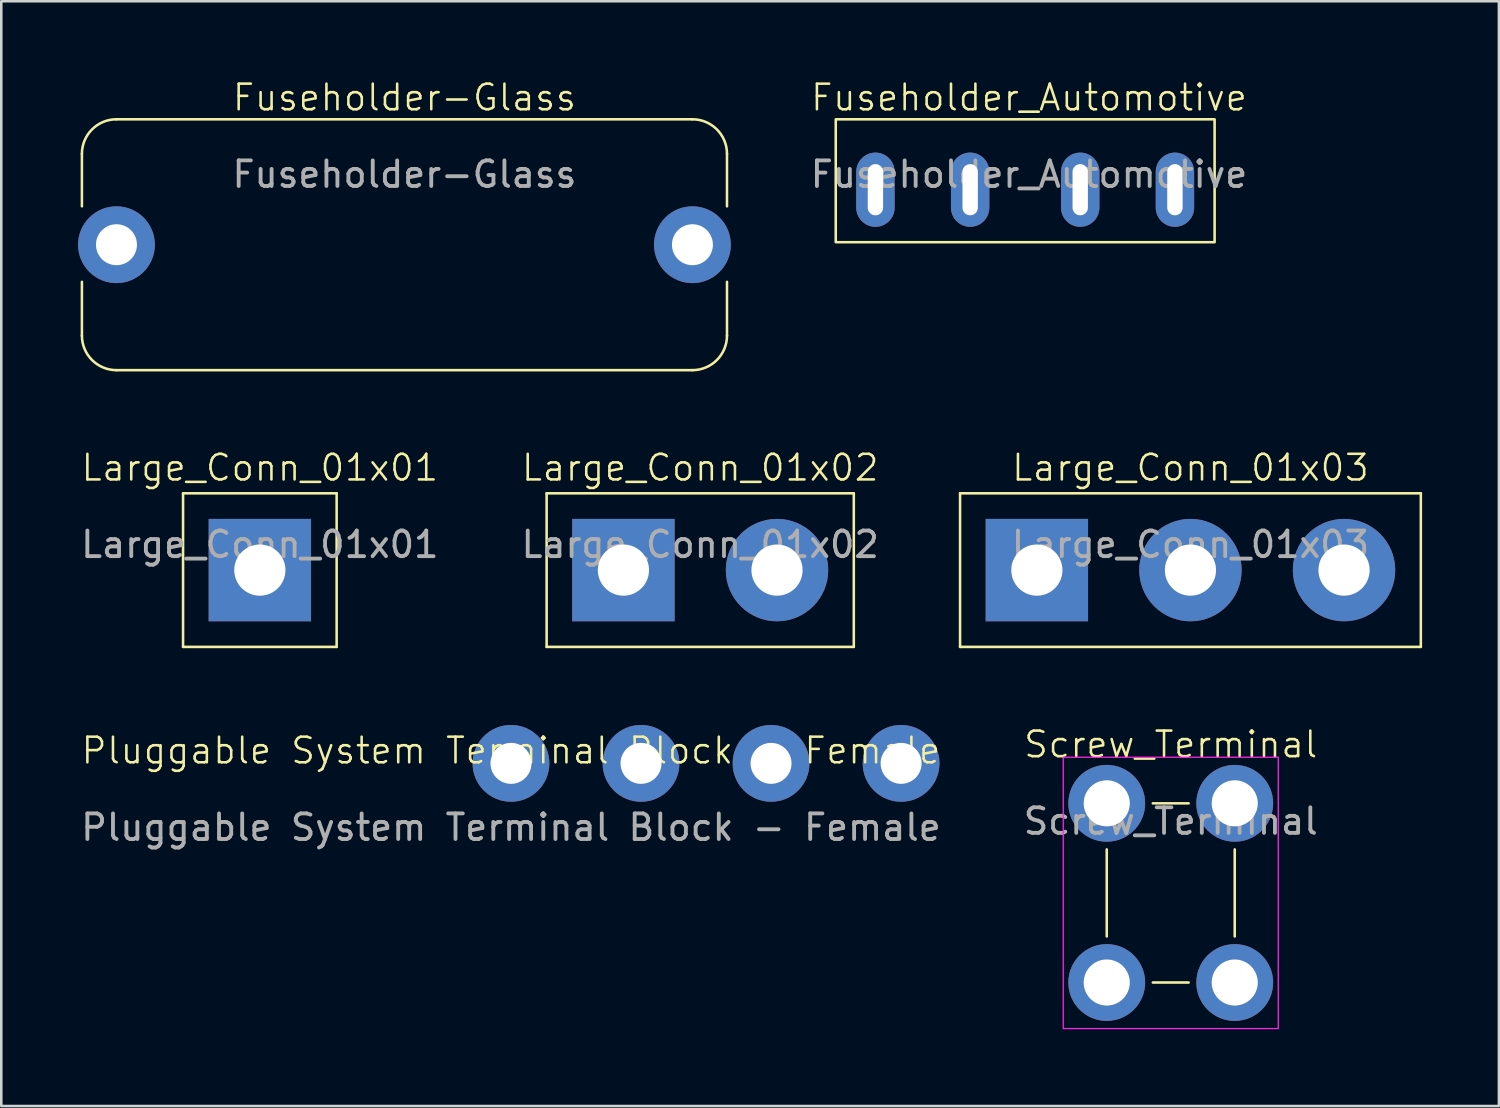
<source format=kicad_pcb>
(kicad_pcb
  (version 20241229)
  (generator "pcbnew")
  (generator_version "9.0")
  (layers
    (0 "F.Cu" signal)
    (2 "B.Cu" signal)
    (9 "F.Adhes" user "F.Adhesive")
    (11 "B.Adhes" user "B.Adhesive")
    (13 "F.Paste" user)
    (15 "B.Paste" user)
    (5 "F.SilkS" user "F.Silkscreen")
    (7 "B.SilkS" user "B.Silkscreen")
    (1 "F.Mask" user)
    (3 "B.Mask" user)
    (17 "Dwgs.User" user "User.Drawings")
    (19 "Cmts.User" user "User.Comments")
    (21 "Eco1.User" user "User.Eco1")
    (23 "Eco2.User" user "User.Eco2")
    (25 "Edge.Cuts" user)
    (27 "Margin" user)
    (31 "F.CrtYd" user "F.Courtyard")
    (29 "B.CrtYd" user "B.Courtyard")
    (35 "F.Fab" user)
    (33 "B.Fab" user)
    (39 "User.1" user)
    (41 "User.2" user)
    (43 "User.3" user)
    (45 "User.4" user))
  (footprint "Screw_Terminal"
    (layer "F.Cu")
    (at 42.685 31.732)
    (property "Reference" "Screw_Terminal" (at 0 -5.7 0) (unlocked yes) (layer "F.SilkS") (effects (font (size 1 1) (thickness 0.1))))
    (attr through_hole)
    (fp_line (start -2.5 -1.6) (end -2.5 1.8) (stroke (width 0.1) (type default)) (layer "F.SilkS"))
    (fp_line (start -0.7 -3.4) (end 0.7 -3.4) (stroke (width 0.1) (type default)) (layer "F.SilkS"))
    (fp_line (start -0.7 3.6) (end 0.7 3.6) (stroke (width 0.1) (type default)) (layer "F.SilkS"))
    (fp_line (start 2.5 -1.6) (end 2.5 1.8) (stroke (width 0.1) (type default)) (layer "F.SilkS"))
    (fp_rect (start -4.2 -5.2) (end 4.2 5.4) (stroke (width 0.05) (type default)) (fill no) (layer "F.CrtYd"))
    (fp_text user "${REFERENCE}" (at 0 -2.7 0) (unlocked yes) (layer "F.Fab") (effects (font (size 1 1) (thickness 0.15))))
    (pad "1" thru_hole circle (at -2.5 -3.4) (size 3 3) (drill 1.8) (layers "*.Cu" "*.Mask"))
    (pad "1" thru_hole circle (at -2.5 3.6) (size 3 3) (drill 1.8) (layers "*.Cu" "*.Mask"))
    (pad "1" thru_hole circle (at 2.5 -3.4) (size 3 3) (drill 1.8) (layers "*.Cu" "*.Mask"))
    (pad "1" thru_hole circle (at 2.5 3.6) (size 3 3) (drill 1.8) (layers "*.Cu" "*.Mask")))
  (footprint "Fuseholder-Glass"
    (layer "F.Cu")
    (at 12.75 1.26)
    (property "Reference" "Fuseholder-Glass" (at 0 -0.5 0) (unlocked yes) (layer "F.SilkS") (effects (font (size 1 1) (thickness 0.1))))
    (attr through_hole)
    (fp_line (start -12.6 1.7) (end -12.6 3.75) (stroke (width 0.1) (type default)) (layer "F.SilkS"))
    (fp_line (start -12.6 8.8) (end -12.6 6.7) (stroke (width 0.1) (type default)) (layer "F.SilkS"))
    (fp_line (start -11.25 0.35) (end 11.25 0.35) (stroke (width 0.1) (type default)) (layer "F.SilkS"))
    (fp_line (start -11.25 10.15) (end 11.25 10.15) (stroke (width 0.1) (type default)) (layer "F.SilkS"))
    (fp_line (start 12.6 1.7) (end 12.6 3.75) (stroke (width 0.1) (type default)) (layer "F.SilkS"))
    (fp_line (start 12.6 8.8) (end 12.6 6.7) (stroke (width 0.1) (type default)) (layer "F.SilkS"))
    (fp_arc (start -12.6 1.7) (mid -12.204594 0.745406) (end -11.25 0.35) (stroke (width 0.1) (type default)) (layer "F.SilkS"))
    (fp_arc (start -11.25 10.15) (mid -12.204594 9.754594) (end -12.6 8.8) (stroke (width 0.1) (type default)) (layer "F.SilkS"))
    (fp_arc (start 11.25 0.35) (mid 12.204594 0.745406) (end 12.6 1.7) (stroke (width 0.1) (type default)) (layer "F.SilkS"))
    (fp_arc (start 12.6 8.8) (mid 12.204594 9.754594) (end 11.25 10.15) (stroke (width 0.1) (type default)) (layer "F.SilkS"))
    (fp_text user "${REFERENCE}" (at 0 2.5 0) (unlocked yes) (layer "F.Fab") (effects (font (size 1 1) (thickness 0.15))))
    (pad "1" thru_hole circle (at -11.25 5.25) (size 3 3) (drill 1.6) (layers "*.Cu" "*.Mask"))
    (pad "2" thru_hole circle (at 11.25 5.25) (size 3 3) (drill 1.6) (layers "*.Cu" "*.Mask")))
  (footprint "Pluggable System Terminal Block - Female"
    (layer "F.Cu")
    (at 16.911 26.771)
    (property "Reference" "Pluggable System Terminal Block - Female" (at 0 -0.5 0) (unlocked yes) (layer "F.SilkS") (effects (font (size 1 1) (thickness 0.1))))
    (attr through_hole)
    (fp_text user "${REFERENCE}" (at 0 2.5 0) (unlocked yes) (layer "F.Fab") (effects (font (size 1 1) (thickness 0.15))))
    (pad "1" thru_hole circle (at 0 0) (size 3 3) (drill 1.6) (layers "*.Cu" "*.Mask"))
    (pad "1" thru_hole circle (at 5.08 0) (size 3 3) (drill 1.6) (layers "*.Cu" "*.Mask"))
    (pad "2" thru_hole circle (at 10.16 0) (size 3 3) (drill 1.6) (layers "*.Cu" "*.Mask"))
    (pad "2" thru_hole circle (at 15.24 0) (size 3 3) (drill 1.6) (layers "*.Cu" "*.Mask")))
  (footprint "Fuseholder_Automotive"
    (layer "F.Cu")
    (at 31.149 4.361)
    (property "Reference" "Fuseholder_Automotive" (at 6 -3.6 0) (unlocked yes) (layer "F.SilkS") (effects (font (size 1 1) (thickness 0.1))))
    (attr through_hole)
    (fp_rect (start -1.55 -2.75) (end 13.25 2.05) (stroke (width 0.1) (type default)) (fill no) (layer "F.SilkS"))
    (fp_text user "${REFERENCE}" (at 6 -0.6 0) (unlocked yes) (layer "F.Fab") (effects (font (size 1 1) (thickness 0.15))))
    (pad "1" thru_hole oval (at 0 0) (size 1.5 2.9) (drill oval 0.6 2) (layers "*.Cu" "*.Mask"))
    (pad "1" thru_hole oval (at 3.7 0) (size 1.5 2.9) (drill oval 0.6 2) (layers "*.Cu" "*.Mask"))
    (pad "2" thru_hole oval (at 8 0) (size 1.5 2.9) (drill oval 0.6 2) (layers "*.Cu" "*.Mask"))
    (pad "2" thru_hole oval (at 11.7 0) (size 1.5 2.9) (drill oval 0.6 2) (layers "*.Cu" "*.Mask")))
  (footprint "Large_Conn_01x02"
    (layer "F.Cu")
    (at 24.304 15.721)
    (property "Reference" "Large_Conn_01x02" (at 0 -0.5 0) (unlocked yes) (layer "F.SilkS") (effects (font (size 1 1) (thickness 0.1))))
    (attr through_hole)
    (fp_line (start -6 0.5) (end -6 6.5) (stroke (width 0.1) (type default)) (layer "F.SilkS"))
    (fp_line (start -6 6.5) (end 6 6.5) (stroke (width 0.1) (type default)) (layer "F.SilkS"))
    (fp_line (start 6 0.5) (end -6 0.5) (stroke (width 0.1) (type default)) (layer "F.SilkS"))
    (fp_line (start 6 6.5) (end 6 0.5) (stroke (width 0.1) (type default)) (layer "F.SilkS"))
    (fp_text user "${REFERENCE}" (at 0 2.5 0) (unlocked yes) (layer "F.Fab") (effects (font (size 1 1) (thickness 0.15))))
    (pad "1" thru_hole rect (at -3 3.5) (size 4 4) (drill 2) (layers "*.Cu" "*.Mask"))
    (pad "2" thru_hole circle (at 3 3.5) (size 4 4) (drill 2) (layers "*.Cu" "*.Mask")))
  (footprint "Large_Conn_01x03"
    (layer "F.Cu")
    (at 43.455 15.721)
    (property "Reference" "Large_Conn_01x03" (at 0 -0.5 0) (unlocked yes) (layer "F.SilkS") (effects (font (size 1 1) (thickness 0.1))))
    (attr through_hole)
    (fp_line (start -9 0.5) (end -9 6.5) (stroke (width 0.1) (type default)) (layer "F.SilkS"))
    (fp_line (start -9 6.5) (end 9 6.5) (stroke (width 0.1) (type default)) (layer "F.SilkS"))
    (fp_line (start 9 0.5) (end -9 0.5) (stroke (width 0.1) (type default)) (layer "F.SilkS"))
    (fp_line (start 9 6.5) (end 9 0.5) (stroke (width 0.1) (type default)) (layer "F.SilkS"))
    (fp_text user "${REFERENCE}" (at 0 2.5 0) (unlocked yes) (layer "F.Fab") (effects (font (size 1 1) (thickness 0.15))))
    (pad "1" thru_hole rect (at -6 3.5) (size 4 4) (drill 2) (layers "*.Cu" "*.Mask"))
    (pad "2" thru_hole circle (at 0 3.5) (size 4 4) (drill 2) (layers "*.Cu" "*.Mask"))
    (pad "3" thru_hole circle (at 6 3.5) (size 4 4) (drill 2) (layers "*.Cu" "*.Mask")))
  (footprint "Large_Conn_01x01"
    (layer "F.Cu")
    (at 7.101 15.721)
    (property "Reference" "Large_Conn_01x01" (at 0 -0.5 0) (unlocked yes) (layer "F.SilkS") (effects (font (size 1 1) (thickness 0.1))))
    (attr through_hole)
    (fp_line (start -3 0.5) (end -3 6.5) (stroke (width 0.1) (type default)) (layer "F.SilkS"))
    (fp_line (start -3 6.5) (end 3 6.5) (stroke (width 0.1) (type default)) (layer "F.SilkS"))
    (fp_line (start 3 0.5) (end -3 0.5) (stroke (width 0.1) (type default)) (layer "F.SilkS"))
    (fp_line (start 3 6.5) (end 3 0.5) (stroke (width 0.1) (type default)) (layer "F.SilkS"))
    (fp_text user "${REFERENCE}" (at 0 2.5 0) (unlocked yes) (layer "F.Fab") (effects (font (size 1 1) (thickness 0.15))))
    (pad "1" thru_hole rect (at 0 3.5) (size 4 4) (drill 2) (layers "*.Cu" "*.Mask")))
  (gr_rect
    (start -3 -3)
    (end 55.505 40.157)
    (stroke (width 0.1) (type default))
    (fill no)
    (layer "Edge.Cuts")))
</source>
